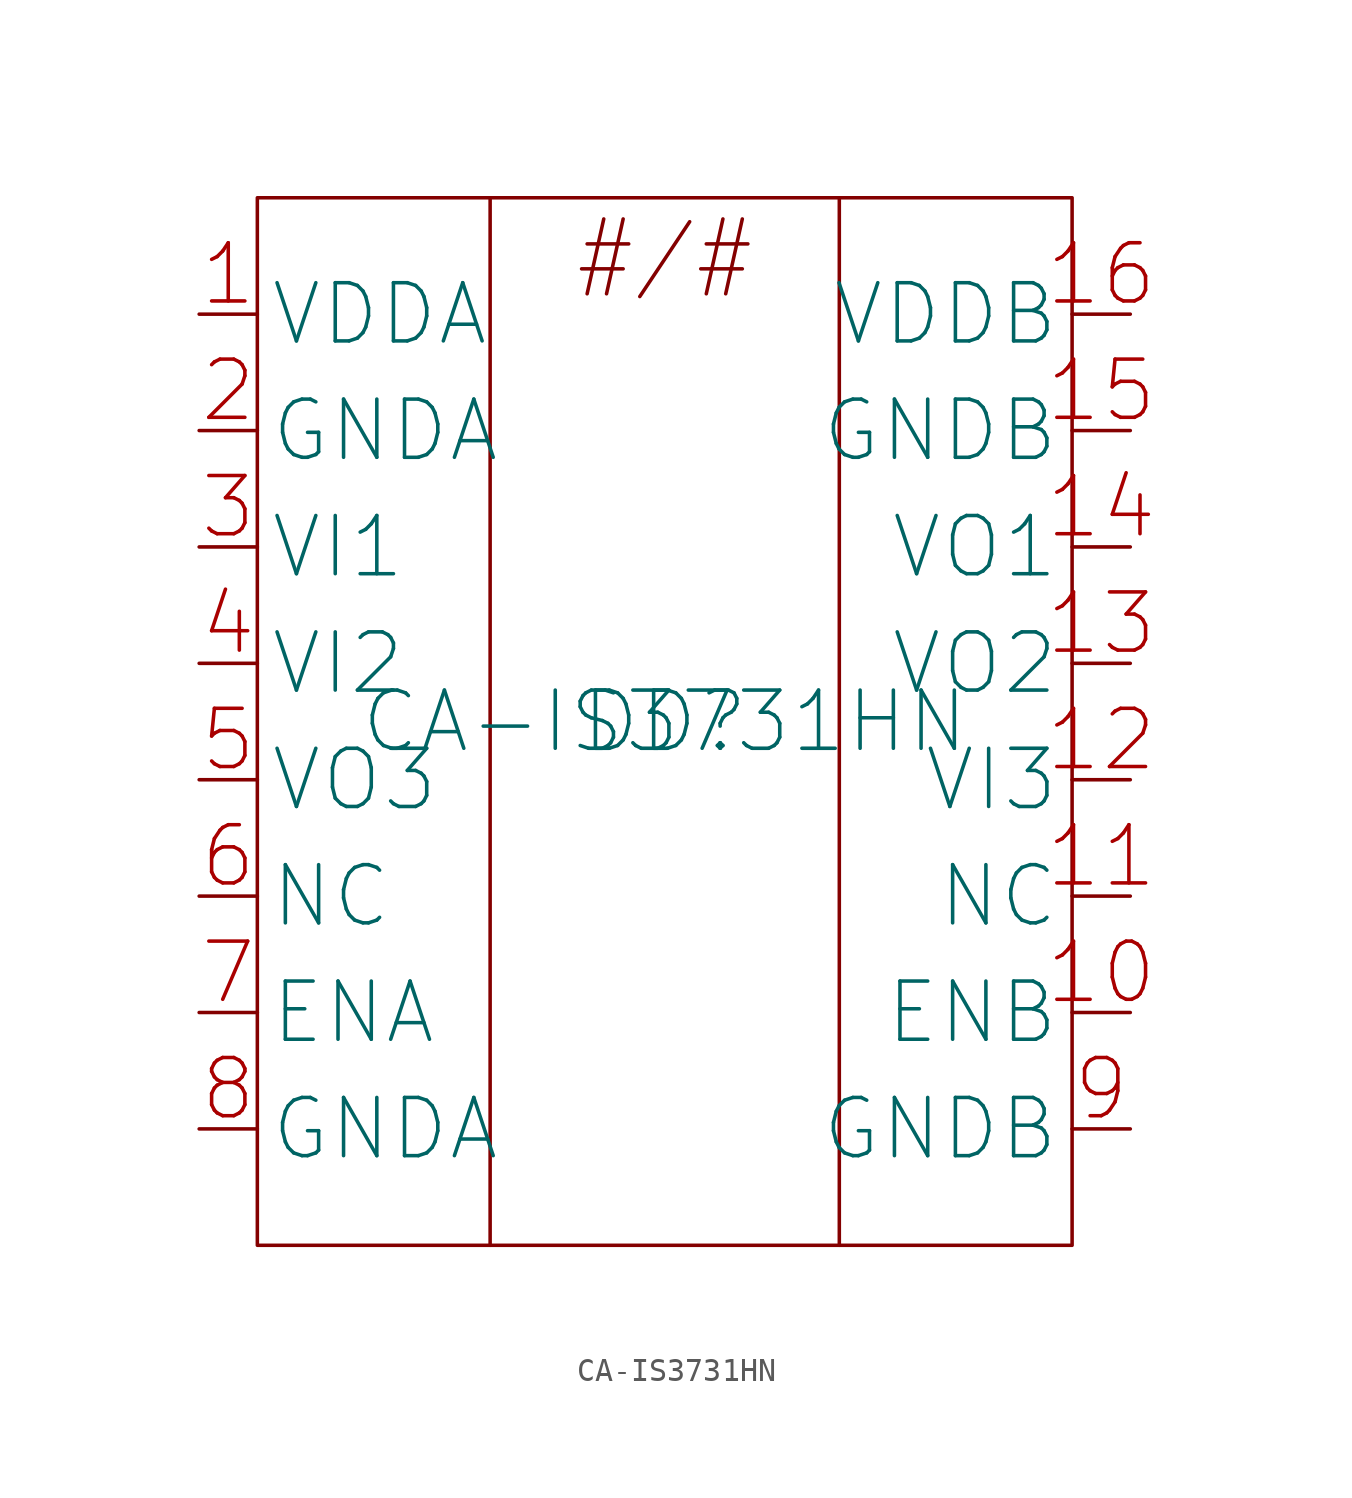
<source format=kicad_sym>
(kicad_symbol_lib
  (version 20220914)
  (generator kicad_symbol_editor)
  (symbol "CA-IS3731HN"
    (property "Reference" "DD"
      (at 0 0 0)
      (effects (font (size 2.5 2.5))))
    (property "Value" "CA-IS3731HN"
      (at 0 0 0)
      (effects (font (size 2.5 2.5))))
    (symbol "CA-IS3731HN_0_1"
      (rectangle (start -17.5 22.5) (end 17.5 -22.5) (stroke (width 0) (type default)) (fill (type none)))
      (polyline (pts (xy -7.5 22.5) (xy -7.5 -22.5)) (stroke (width 0) (type default)) (fill (type none)))
      (polyline (pts (xy 7.5 22.5) (xy 7.5 -22.5)) (stroke (width 0) (type default)) (fill (type none))))
    (symbol "CA-IS3731HN_1_1"
      (text "#/#" (at 0 20 0) (effects (font (size 2.5 2.5))))
      (pin input line (at -20 17.5 0) (length 2.5) (name "VDDA" (effects (font (size 2.5 2.5)))) (number "1" (effects (font (size 2.5 2.5)))))
      (pin input line (at 20 -12.5 180) (length 2.5) (name "ENB" (effects (font (size 2.5 2.5)))) (number "10" (effects (font (size 2.5 2.5)))))
      (pin input line (at 20 -7.5 180) (length 2.5) (name "NC" (effects (font (size 2.5 2.5)))) (number "11" (effects (font (size 2.5 2.5)))))
      (pin input line (at 20 -2.5 180) (length 2.5) (name "VI3" (effects (font (size 2.5 2.5)))) (number "12" (effects (font (size 2.5 2.5)))))
      (pin input line (at 20 2.5 180) (length 2.5) (name "VO2" (effects (font (size 2.5 2.5)))) (number "13" (effects (font (size 2.5 2.5)))))
      (pin input line (at 20 7.5 180) (length 2.5) (name "VO1" (effects (font (size 2.5 2.5)))) (number "14" (effects (font (size 2.5 2.5)))))
      (pin input line (at 20 12.5 180) (length 2.5) (name "GNDB" (effects (font (size 2.5 2.5)))) (number "15" (effects (font (size 2.5 2.5)))))
      (pin input line (at 20 17.5 180) (length 2.5) (name "VDDB" (effects (font (size 2.5 2.5)))) (number "16" (effects (font (size 2.5 2.5)))))
      (pin input line (at -20 12.5 0) (length 2.5) (name "GNDA" (effects (font (size 2.5 2.5)))) (number "2" (effects (font (size 2.5 2.5)))))
      (pin input line (at -20 7.5 0) (length 2.5) (name "VI1" (effects (font (size 2.5 2.5)))) (number "3" (effects (font (size 2.5 2.5)))))
      (pin input line (at -20 2.5 0) (length 2.5) (name "VI2" (effects (font (size 2.5 2.5)))) (number "4" (effects (font (size 2.5 2.5)))))
      (pin input line (at -20 -2.5 0) (length 2.5) (name "VO3" (effects (font (size 2.5 2.5)))) (number "5" (effects (font (size 2.5 2.5)))))
      (pin input line (at -20 -7.5 0) (length 2.5) (name "NC" (effects (font (size 2.5 2.5)))) (number "6" (effects (font (size 2.5 2.5)))))
      (pin input line (at -20 -12.5 0) (length 2.5) (name "ENA" (effects (font (size 2.5 2.5)))) (number "7" (effects (font (size 2.5 2.5)))))
      (pin input line (at -20 -17.5 0) (length 2.5) (name "GNDA" (effects (font (size 2.5 2.5)))) (number "8" (effects (font (size 2.5 2.5)))))
      (pin input line (at 20 -17.5 180) (length 2.5) (name "GNDB" (effects (font (size 2.5 2.5)))) (number "9" (effects (font (size 2.5 2.5))))))))
</source>
